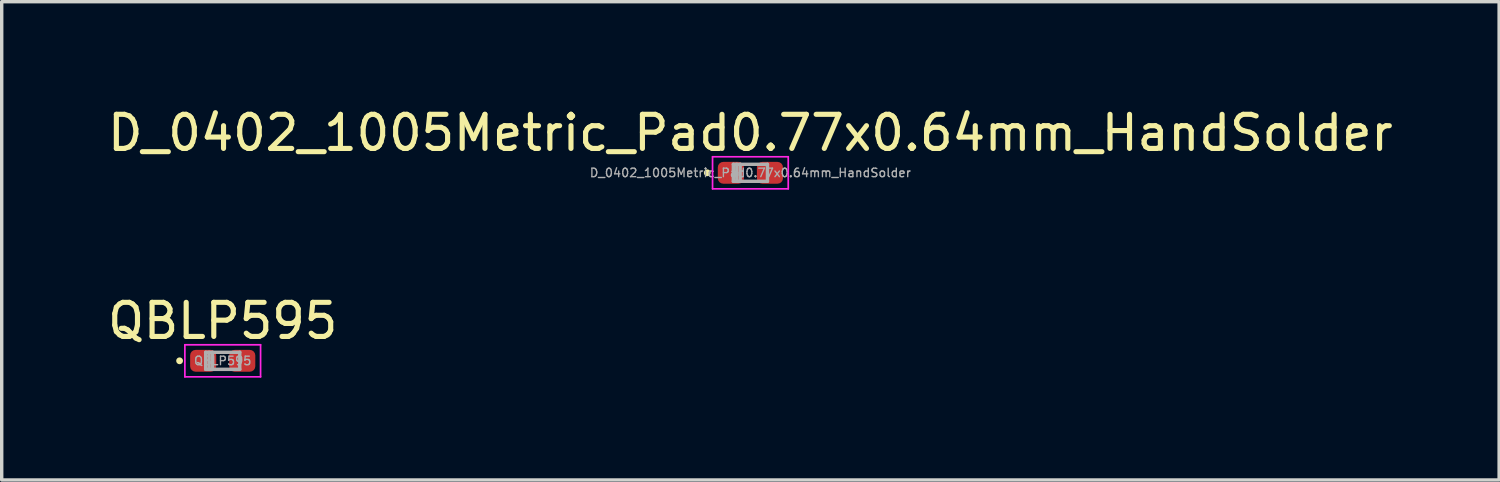
<source format=kicad_pcb>
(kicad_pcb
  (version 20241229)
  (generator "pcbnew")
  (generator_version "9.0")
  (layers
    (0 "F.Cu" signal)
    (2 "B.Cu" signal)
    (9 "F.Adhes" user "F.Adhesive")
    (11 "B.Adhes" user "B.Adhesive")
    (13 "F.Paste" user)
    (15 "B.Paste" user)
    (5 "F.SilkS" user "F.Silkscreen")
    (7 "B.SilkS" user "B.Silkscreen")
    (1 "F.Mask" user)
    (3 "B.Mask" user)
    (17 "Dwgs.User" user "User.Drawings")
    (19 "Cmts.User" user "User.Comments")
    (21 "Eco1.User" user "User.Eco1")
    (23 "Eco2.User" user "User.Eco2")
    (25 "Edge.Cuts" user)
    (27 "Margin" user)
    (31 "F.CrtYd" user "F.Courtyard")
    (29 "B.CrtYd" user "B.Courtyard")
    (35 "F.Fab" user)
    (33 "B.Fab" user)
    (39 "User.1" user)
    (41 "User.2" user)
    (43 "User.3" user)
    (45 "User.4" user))
  (footprint "D_0402_1005Metric_Pad0.77x0.64mm_HandSolder"
    (layer "F.Cu")
    (at 18.958 2.018)
    (property "Reference" "D_0402_1005Metric_Pad0.77x0.64mm_HandSolder" (at 0 -1.17 0) (layer "F.SilkS") (effects (font (size 1 1) (thickness 0.15))))
    (attr smd)
    (fp_circle (center -1.265 0) (end -1.215 0) (stroke (width 0.1) (type solid)) (fill no) (layer "F.SilkS"))
    (fp_line (start -1.11 -0.47) (end 1.11 -0.47) (stroke (width 0.05) (type solid)) (layer "F.CrtYd"))
    (fp_line (start -1.11 0.47) (end -1.11 -0.47) (stroke (width 0.05) (type solid)) (layer "F.CrtYd"))
    (fp_line (start 1.11 -0.47) (end 1.11 0.47) (stroke (width 0.05) (type solid)) (layer "F.CrtYd"))
    (fp_line (start 1.11 0.47) (end -1.11 0.47) (stroke (width 0.05) (type solid)) (layer "F.CrtYd"))
    (fp_line (start -0.5 -0.25) (end 0.5 -0.25) (stroke (width 0.1) (type solid)) (layer "F.Fab"))
    (fp_line (start -0.5 0.25) (end -0.5 -0.25) (stroke (width 0.1) (type solid)) (layer "F.Fab"))
    (fp_line (start -0.4 0.25) (end -0.4 -0.25) (stroke (width 0.1) (type solid)) (layer "F.Fab"))
    (fp_line (start -0.3 0.25) (end -0.3 -0.25) (stroke (width 0.1) (type solid)) (layer "F.Fab"))
    (fp_line (start 0.5 -0.25) (end 0.5 0.25) (stroke (width 0.1) (type solid)) (layer "F.Fab"))
    (fp_line (start 0.5 0.25) (end -0.5 0.25) (stroke (width 0.1) (type solid)) (layer "F.Fab"))
    (fp_text user "${REFERENCE}" (at 0 0 0) (layer "F.Fab") (effects (font (size 0.25 0.25) (thickness 0.04))))
    (pad "1" smd roundrect (at -0.573 0) (size 0.765 0.64) (layers "F.Cu" "F.Mask" "F.Paste") (roundrect_rratio 0.25))
    (pad "2" smd roundrect (at 0.573 0) (size 0.765 0.64) (layers "F.Cu" "F.Mask" "F.Paste") (roundrect_rratio 0.25)))
  (footprint "QBLP595"
    (layer "F.Cu")
    (at 3.482 7.532)
    (property "Reference" "QBLP595" (at 0 -1.17 0) (layer "F.SilkS") (effects (font (size 1 1) (thickness 0.15))))
    (attr smd)
    (fp_circle (center -1.265 0) (end -1.215 0) (stroke (width 0.1) (type solid)) (fill no) (layer "F.SilkS"))
    (fp_line (start -1.11 -0.47) (end 1.11 -0.47) (stroke (width 0.05) (type solid)) (layer "F.CrtYd"))
    (fp_line (start -1.11 0.47) (end -1.11 -0.47) (stroke (width 0.05) (type solid)) (layer "F.CrtYd"))
    (fp_line (start 1.11 -0.47) (end 1.11 0.47) (stroke (width 0.05) (type solid)) (layer "F.CrtYd"))
    (fp_line (start 1.11 0.47) (end -1.11 0.47) (stroke (width 0.05) (type solid)) (layer "F.CrtYd"))
    (fp_line (start -0.5 -0.25) (end 0.5 -0.25) (stroke (width 0.1) (type solid)) (layer "F.Fab"))
    (fp_line (start -0.5 0.25) (end -0.5 -0.25) (stroke (width 0.1) (type solid)) (layer "F.Fab"))
    (fp_line (start -0.4 0.25) (end -0.4 -0.25) (stroke (width 0.1) (type solid)) (layer "F.Fab"))
    (fp_line (start -0.3 0.25) (end -0.3 -0.25) (stroke (width 0.1) (type solid)) (layer "F.Fab"))
    (fp_line (start 0.5 -0.25) (end 0.5 0.25) (stroke (width 0.1) (type solid)) (layer "F.Fab"))
    (fp_line (start 0.5 0.25) (end -0.5 0.25) (stroke (width 0.1) (type solid)) (layer "F.Fab"))
    (fp_text user "${REFERENCE}" (at 0 0 0) (layer "F.Fab") (effects (font (size 0.25 0.25) (thickness 0.04))))
    (pad "1" smd roundrect (at -0.573 0) (size 0.765 0.64) (layers "F.Cu" "F.Mask" "F.Paste") (roundrect_rratio 0.25))
    (pad "2" smd roundrect (at 0.573 0) (size 0.765 0.64) (layers "F.Cu" "F.Mask" "F.Paste") (roundrect_rratio 0.25)))
  (gr_rect
    (start -3 -3)
    (end 40.917 11.027)
    (stroke (width 0.1) (type default))
    (fill no)
    (layer "Edge.Cuts")))
</source>
